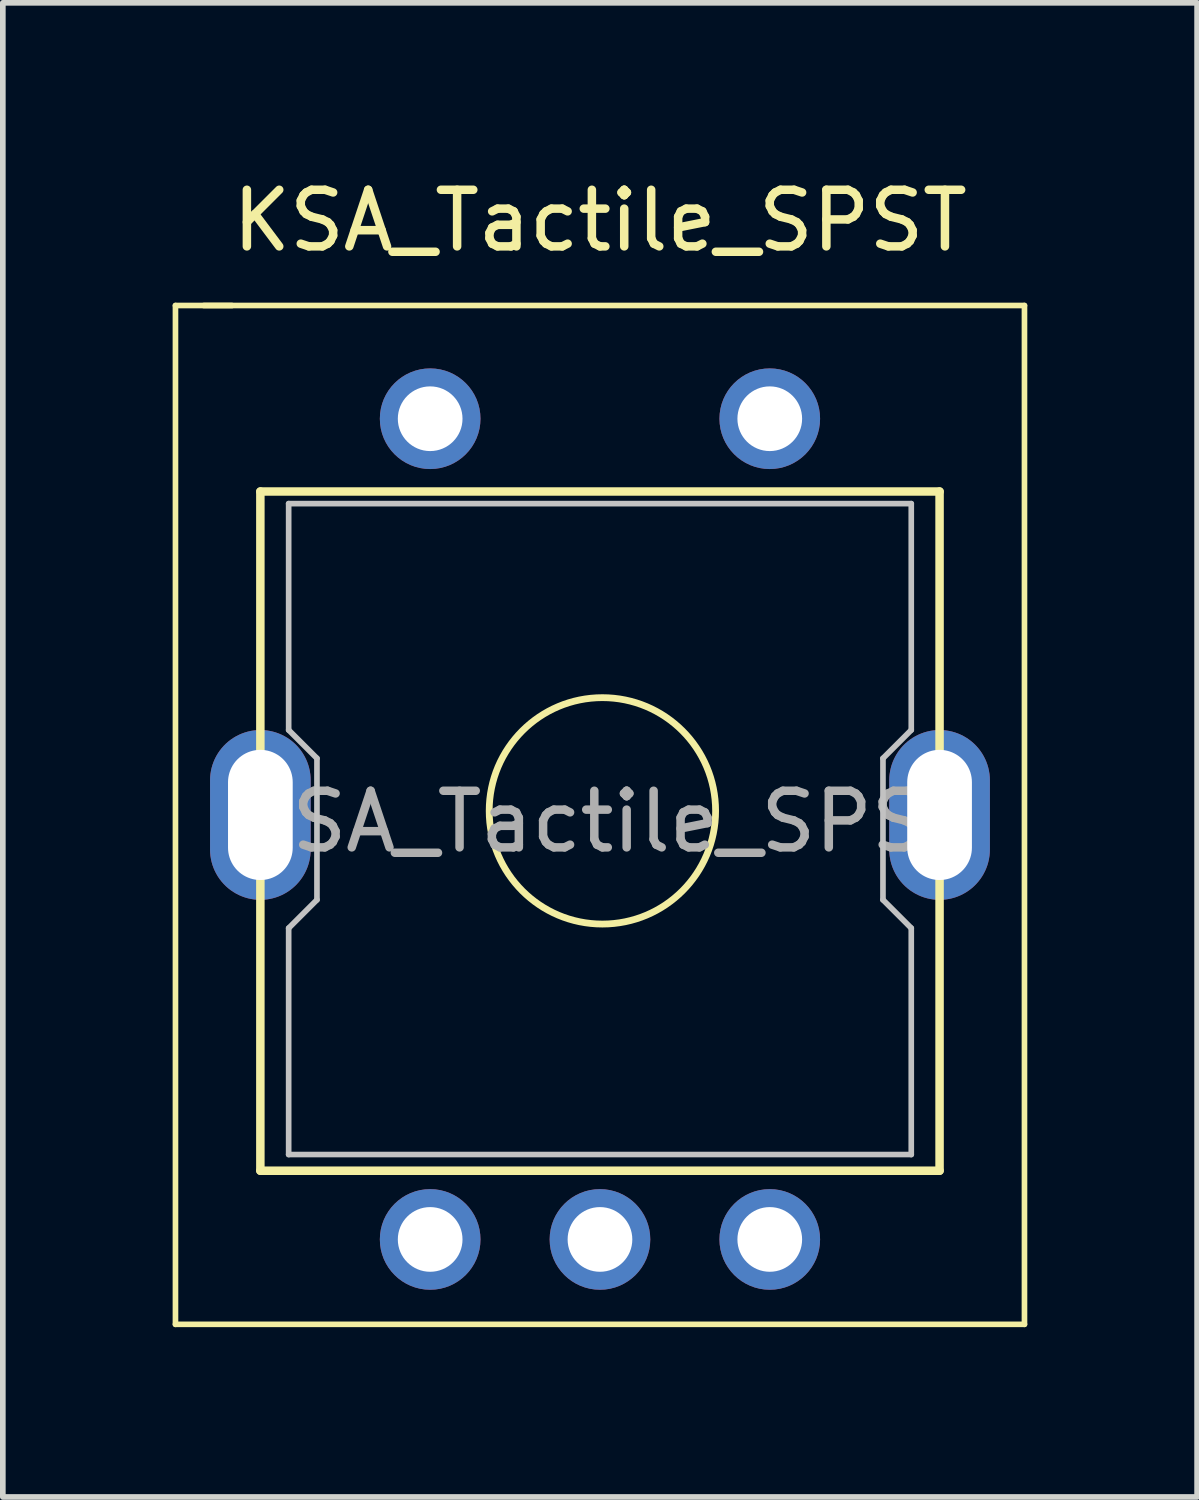
<source format=kicad_pcb>
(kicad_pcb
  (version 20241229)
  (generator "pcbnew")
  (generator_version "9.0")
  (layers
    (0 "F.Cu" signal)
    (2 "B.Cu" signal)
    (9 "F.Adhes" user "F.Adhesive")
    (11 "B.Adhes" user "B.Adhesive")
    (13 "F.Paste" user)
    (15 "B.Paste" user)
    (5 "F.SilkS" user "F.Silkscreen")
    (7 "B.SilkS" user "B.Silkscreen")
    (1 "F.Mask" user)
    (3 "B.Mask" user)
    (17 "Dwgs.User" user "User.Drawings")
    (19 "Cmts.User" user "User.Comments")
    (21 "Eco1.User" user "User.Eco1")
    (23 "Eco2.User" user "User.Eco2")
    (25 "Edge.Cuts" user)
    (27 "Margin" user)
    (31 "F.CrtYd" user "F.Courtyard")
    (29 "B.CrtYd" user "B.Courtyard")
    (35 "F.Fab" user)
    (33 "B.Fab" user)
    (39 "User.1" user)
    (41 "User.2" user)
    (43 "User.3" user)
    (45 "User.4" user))
  (footprint "KSA_Tactile_SPST"
    (layer "F.Cu")
    (at 7.55 12.348)
    (property "Reference" "KSA_Tactile_SPST" (at 0 -11.5 0) (layer "F.SilkS") (effects (font (size 1 1) (thickness 0.15))))
    (attr through_hole)
    (fp_line (start -7.5 -10) (end -6.5 -10) (stroke (width 0.1) (type solid)) (layer "F.SilkS"))
    (fp_line (start -7.5 8) (end -7.5 -10) (stroke (width 0.1) (type solid)) (layer "F.SilkS"))
    (fp_line (start -7 -10) (end 7.5 -10) (stroke (width 0.1) (type solid)) (layer "F.SilkS"))
    (fp_line (start -6 -6.714) (end 6 -6.714) (stroke (width 0.15) (type solid)) (layer "F.SilkS"))
    (fp_line (start -6 5.286) (end -6 -6.714) (stroke (width 0.15) (type solid)) (layer "F.SilkS"))
    (fp_line (start 6 -6.714) (end 6 5.286) (stroke (width 0.15) (type solid)) (layer "F.SilkS"))
    (fp_line (start 6 5.286) (end -6 5.286) (stroke (width 0.15) (type solid)) (layer "F.SilkS"))
    (fp_line (start 7.5 -10) (end 7.5 8) (stroke (width 0.1) (type solid)) (layer "F.SilkS"))
    (fp_line (start 7.5 8) (end -7.5 8) (stroke (width 0.1) (type solid)) (layer "F.SilkS"))
    (fp_circle (center 0.043 -1.072) (end -1.957 -1.072) (stroke (width 0.12) (type solid)) (fill no) (layer "F.SilkS"))
    (fp_line (start -5.5 -6.5) (end 5.5 -6.5) (stroke (width 0.1) (type solid)) (layer "Dwgs.User"))
    (fp_line (start -5.5 -2.5) (end -5.5 -6.5) (stroke (width 0.1) (type solid)) (layer "Dwgs.User"))
    (fp_line (start -5.5 1) (end -5 0.5) (stroke (width 0.1) (type solid)) (layer "Dwgs.User"))
    (fp_line (start -5.5 5) (end -5.5 1) (stroke (width 0.1) (type solid)) (layer "Dwgs.User"))
    (fp_line (start -5 -2) (end -5.5 -2.5) (stroke (width 0.1) (type solid)) (layer "Dwgs.User"))
    (fp_line (start -5 0.5) (end -5 -2) (stroke (width 0.1) (type solid)) (layer "Dwgs.User"))
    (fp_line (start 5 -2) (end 5 0.5) (stroke (width 0.1) (type solid)) (layer "Dwgs.User"))
    (fp_line (start 5 0.5) (end 5.5 1) (stroke (width 0.1) (type solid)) (layer "Dwgs.User"))
    (fp_line (start 5.5 -6.5) (end 5.5 -2.5) (stroke (width 0.1) (type solid)) (layer "Dwgs.User"))
    (fp_line (start 5.5 -2.5) (end 5 -2) (stroke (width 0.1) (type solid)) (layer "Dwgs.User"))
    (fp_line (start 5.5 1) (end 5.5 5) (stroke (width 0.1) (type solid)) (layer "Dwgs.User"))
    (fp_line (start 5.5 5) (end -5.5 5) (stroke (width 0.1) (type solid)) (layer "Dwgs.User"))
    (fp_text user "${REFERENCE}" (at 0.043 -0.882 0) (layer "F.Fab") (effects (font (size 1 1) (thickness 0.15))))
    (pad "1" thru_hole circle (at -3 6.5) (size 1.778 1.778) (drill 1.143) (layers "*.Cu" "*.Mask"))
    (pad "2" thru_hole circle (at 0 6.5) (size 1.778 1.778) (drill 1.143) (layers "*.Cu" "*.Mask"))
    (pad "3" thru_hole circle (at 3 6.5) (size 1.778 1.778) (drill 1.143) (layers "*.Cu" "*.Mask"))
    (pad "4" thru_hole circle (at -3 -8) (size 1.778 1.778) (drill 1.143) (layers "*.Cu" "*.Mask"))
    (pad "5" thru_hole circle (at 3 -8) (size 1.778 1.778) (drill 1.143) (layers "*.Cu" "*.Mask"))
    (pad "6" thru_hole oval (at -6 -1) (size 1.778 3) (drill oval 1.143 2.3) (layers "*.Cu" "*.Mask"))
    (pad "7" thru_hole oval (at 6 -1) (size 1.778 3) (drill oval 1.143 2.3) (layers "*.Cu" "*.Mask")))
  (gr_rect
    (start -3 -3)
    (end 18.1 23.398)
    (stroke (width 0.1) (type default))
    (fill no)
    (layer "Edge.Cuts")))
</source>
